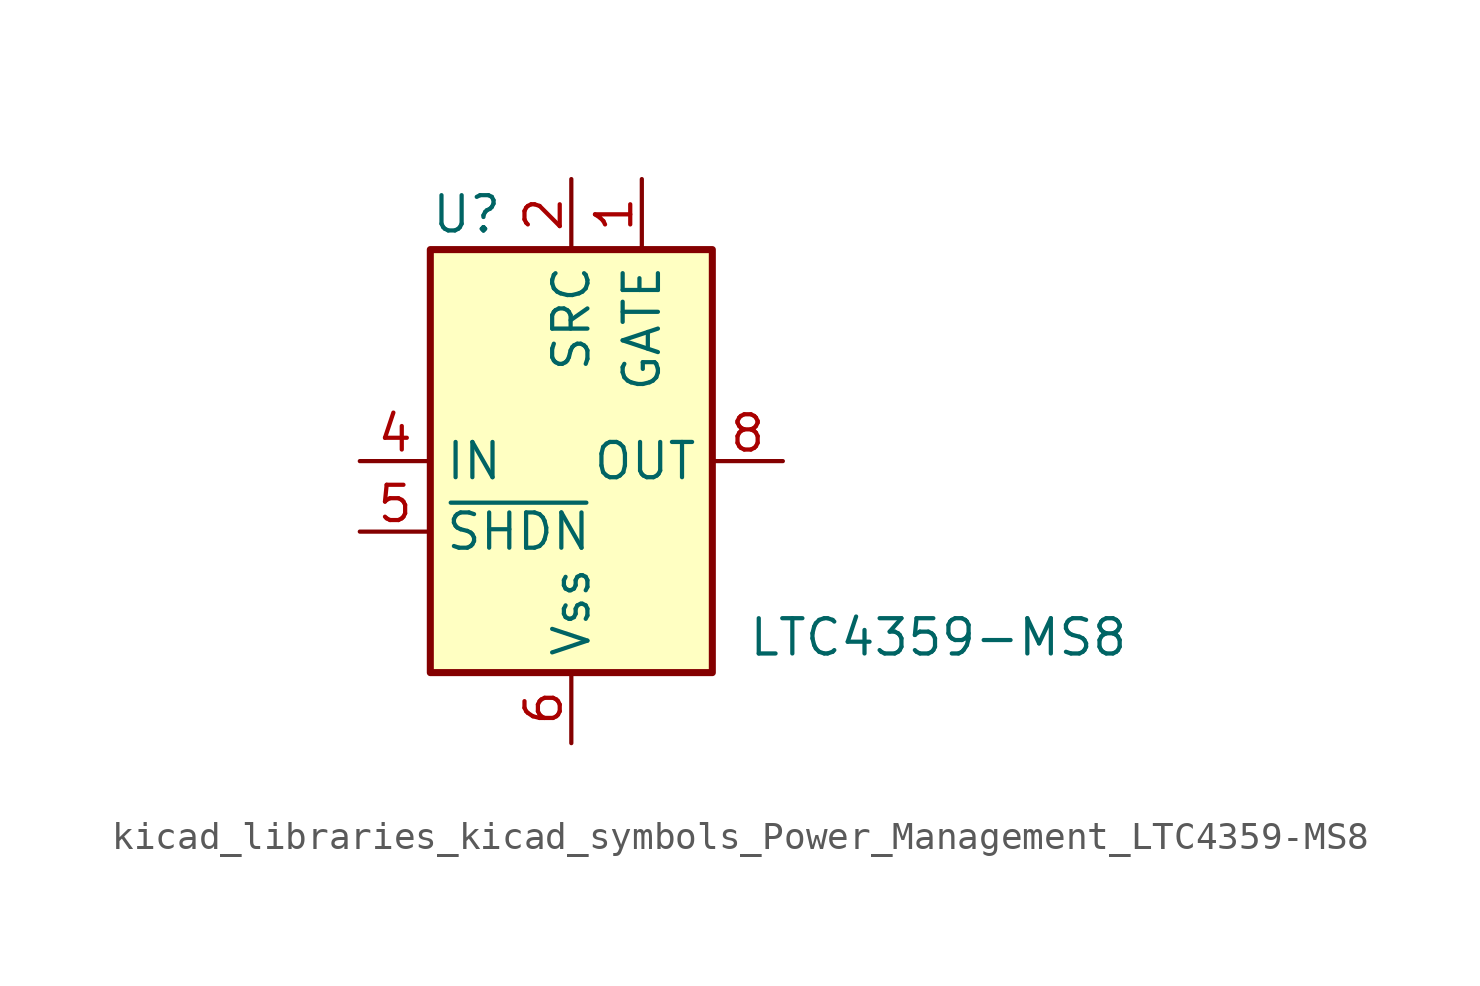
<source format=kicad_sym>
(kicad_symbol_lib
  (version 20220914)
  (generator kicad_symbol_editor)
  (symbol "kicad_libraries_kicad_symbols_Power_Management_LTC4359-MS8"
    (property "Reference" "U"
      (at -5.08 8.89 0)
      (effects (font (size 1.27 1.27)) (justify left)))
    (property "Value" "LTC4359-MS8"
      (at 6.35 -6.35 0)
      (effects (font (size 1.27 1.27)) (justify left)))
    (symbol "kicad_libraries_kicad_symbols_Power_Management_LTC4359-MS8_0_1"
      (rectangle (start -5.08 7.62) (end 5.08 -7.62) (stroke (width 0.254) (type default)) (fill (type background))))
    (symbol "kicad_libraries_kicad_symbols_Power_Management_LTC4359-MS8_1_1"
      (pin output line (at 2.54 10.16 270) (length 2.54) (name "GATE" (effects (font (size 1.27 1.27)))) (number "1" (effects (font (size 1.27 1.27)))))
      (pin input line (at 0 10.16 270) (length 2.54) (name "SRC" (effects (font (size 1.27 1.27)))) (number "2" (effects (font (size 1.27 1.27)))))
      (pin no_connect line (at -2.54 -7.62 90) (length 2.54) hide (name "NC" (effects (font (size 1.27 1.27)))) (number "3" (effects (font (size 1.27 1.27)))))
      (pin power_in line (at -7.62 0 0) (length 2.54) (name "IN" (effects (font (size 1.27 1.27)))) (number "4" (effects (font (size 1.27 1.27)))))
      (pin input line (at -7.62 -2.54 0) (length 2.54) (name "~{SHDN}" (effects (font (size 1.27 1.27)))) (number "5" (effects (font (size 1.27 1.27)))))
      (pin power_in line (at 0 -10.16 90) (length 2.54) (name "Vss" (effects (font (size 1.27 1.27)))) (number "6" (effects (font (size 1.27 1.27)))))
      (pin no_connect line (at 2.54 -7.62 90) (length 2.54) hide (name "NC" (effects (font (size 1.27 1.27)))) (number "7" (effects (font (size 1.27 1.27)))))
      (pin input line (at 7.62 0 180) (length 2.54) (name "OUT" (effects (font (size 1.27 1.27)))) (number "8" (effects (font (size 1.27 1.27))))))))
</source>
